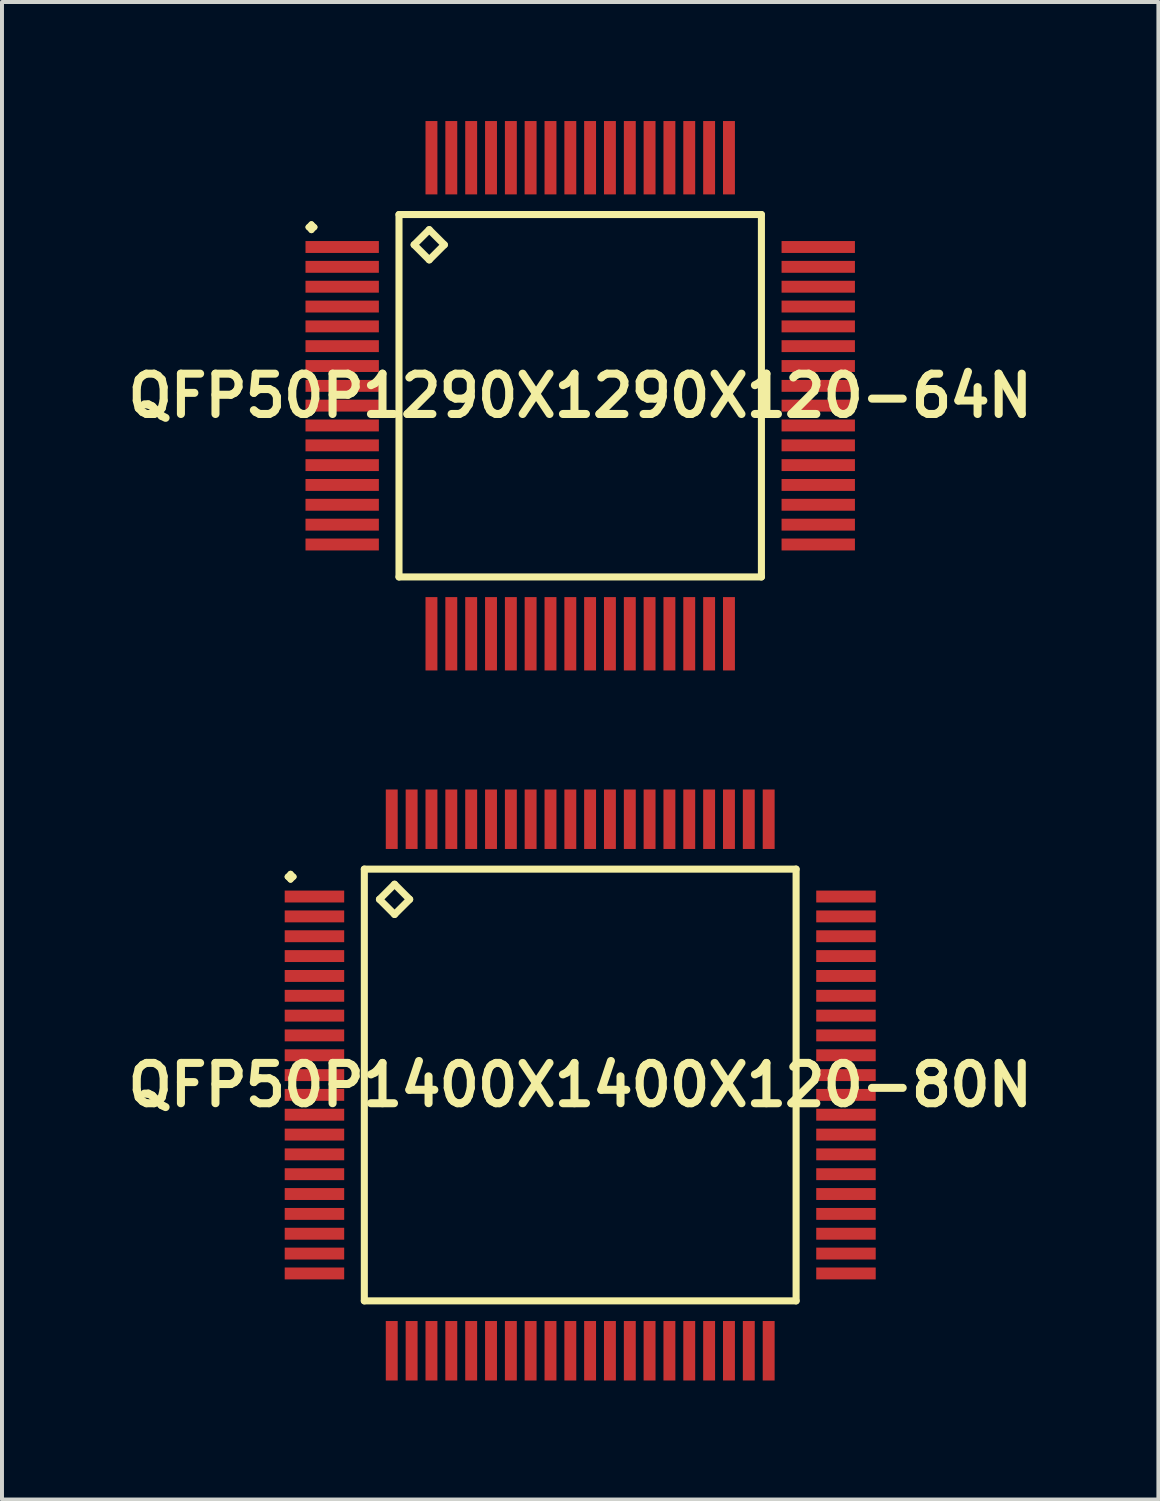
<source format=kicad_pcb>
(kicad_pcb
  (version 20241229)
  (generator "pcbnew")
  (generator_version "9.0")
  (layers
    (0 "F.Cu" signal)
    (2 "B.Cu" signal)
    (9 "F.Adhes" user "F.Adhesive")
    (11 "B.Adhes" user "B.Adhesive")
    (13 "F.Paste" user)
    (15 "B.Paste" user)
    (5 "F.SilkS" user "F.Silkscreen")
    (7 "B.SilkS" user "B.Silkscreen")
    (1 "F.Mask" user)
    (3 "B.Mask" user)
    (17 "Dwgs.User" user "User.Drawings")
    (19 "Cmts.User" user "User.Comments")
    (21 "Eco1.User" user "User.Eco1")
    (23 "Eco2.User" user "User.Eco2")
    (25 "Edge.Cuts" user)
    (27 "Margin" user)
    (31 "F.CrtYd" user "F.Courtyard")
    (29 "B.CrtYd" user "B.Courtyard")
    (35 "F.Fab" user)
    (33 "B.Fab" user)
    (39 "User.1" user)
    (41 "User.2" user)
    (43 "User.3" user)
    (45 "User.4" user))
  (footprint "QFP50P1290X1290X120-64N"
    (layer "F.Cu")
    (at 11.573 6.924)
    (property "Reference" "QFP50P1290X1290X120-64N" (at 0 0 0) (layer "F.SilkS") (effects (font (size 1.016 1.016) (thickness 0.203))))
    (attr smd)
    (fp_line (start -6.848 -4.249) (end -6.774 -4.323) (stroke (width 0.15) (type solid)) (layer "F.SilkS"))
    (fp_line (start -6.774 -4.323) (end -6.698 -4.249) (stroke (width 0.15) (type solid)) (layer "F.SilkS"))
    (fp_line (start -6.774 -4.173) (end -6.848 -4.249) (stroke (width 0.15) (type solid)) (layer "F.SilkS"))
    (fp_line (start -6.698 -4.249) (end -6.774 -4.173) (stroke (width 0.15) (type solid)) (layer "F.SilkS"))
    (fp_line (start -4.567 -4.567) (end -4.567 4.567) (stroke (width 0.178) (type solid)) (layer "F.SilkS"))
    (fp_line (start -4.567 4.567) (end 4.567 4.567) (stroke (width 0.178) (type solid)) (layer "F.SilkS"))
    (fp_line (start -4.186 -3.805) (end -3.805 -4.186) (stroke (width 0.178) (type solid)) (layer "F.SilkS"))
    (fp_line (start -3.805 -4.186) (end -3.424 -3.805) (stroke (width 0.178) (type solid)) (layer "F.SilkS"))
    (fp_line (start -3.805 -3.424) (end -4.186 -3.805) (stroke (width 0.178) (type solid)) (layer "F.SilkS"))
    (fp_line (start -3.424 -3.805) (end -3.805 -3.424) (stroke (width 0.178) (type solid)) (layer "F.SilkS"))
    (fp_line (start 4.567 -4.567) (end -4.567 -4.567) (stroke (width 0.178) (type solid)) (layer "F.SilkS"))
    (fp_line (start 4.567 4.567) (end 4.567 -4.567) (stroke (width 0.178) (type solid)) (layer "F.SilkS"))
    (pad "1" smd rect (at -5.999 -3.749) (size 1.849 0.3) (layers "F.Cu" "F.Mask" "F.Paste"))
    (pad "2" smd rect (at -5.999 -3.249) (size 1.849 0.3) (layers "F.Cu" "F.Mask" "F.Paste"))
    (pad "3" smd rect (at -5.999 -2.748) (size 1.849 0.3) (layers "F.Cu" "F.Mask" "F.Paste"))
    (pad "4" smd rect (at -5.999 -2.248) (size 1.849 0.3) (layers "F.Cu" "F.Mask" "F.Paste"))
    (pad "5" smd rect (at -5.999 -1.748) (size 1.849 0.3) (layers "F.Cu" "F.Mask" "F.Paste"))
    (pad "6" smd rect (at -5.999 -1.25) (size 1.849 0.3) (layers "F.Cu" "F.Mask" "F.Paste"))
    (pad "7" smd rect (at -5.999 -0.749) (size 1.849 0.3) (layers "F.Cu" "F.Mask" "F.Paste"))
    (pad "8" smd rect (at -5.999 -0.249) (size 1.849 0.3) (layers "F.Cu" "F.Mask" "F.Paste"))
    (pad "9" smd rect (at -5.999 0.249) (size 1.849 0.3) (layers "F.Cu" "F.Mask" "F.Paste"))
    (pad "10" smd rect (at -5.999 0.749) (size 1.849 0.3) (layers "F.Cu" "F.Mask" "F.Paste"))
    (pad "11" smd rect (at -5.999 1.25) (size 1.849 0.3) (layers "F.Cu" "F.Mask" "F.Paste"))
    (pad "12" smd rect (at -5.999 1.748) (size 1.849 0.3) (layers "F.Cu" "F.Mask" "F.Paste"))
    (pad "13" smd rect (at -5.999 2.248) (size 1.849 0.3) (layers "F.Cu" "F.Mask" "F.Paste"))
    (pad "14" smd rect (at -5.999 2.748) (size 1.849 0.3) (layers "F.Cu" "F.Mask" "F.Paste"))
    (pad "15" smd rect (at -5.999 3.249) (size 1.849 0.3) (layers "F.Cu" "F.Mask" "F.Paste"))
    (pad "16" smd rect (at -5.999 3.749) (size 1.849 0.3) (layers "F.Cu" "F.Mask" "F.Paste"))
    (pad "17" smd rect (at -3.749 5.999) (size 0.3 1.849) (layers "F.Cu" "F.Mask" "F.Paste"))
    (pad "18" smd rect (at -3.249 5.999) (size 0.3 1.849) (layers "F.Cu" "F.Mask" "F.Paste"))
    (pad "19" smd rect (at -2.748 5.999) (size 0.3 1.849) (layers "F.Cu" "F.Mask" "F.Paste"))
    (pad "20" smd rect (at -2.248 5.999) (size 0.3 1.849) (layers "F.Cu" "F.Mask" "F.Paste"))
    (pad "21" smd rect (at -1.748 5.999) (size 0.3 1.849) (layers "F.Cu" "F.Mask" "F.Paste"))
    (pad "22" smd rect (at -1.25 5.999) (size 0.3 1.849) (layers "F.Cu" "F.Mask" "F.Paste"))
    (pad "23" smd rect (at -0.749 5.999) (size 0.3 1.849) (layers "F.Cu" "F.Mask" "F.Paste"))
    (pad "24" smd rect (at -0.249 5.999) (size 0.3 1.849) (layers "F.Cu" "F.Mask" "F.Paste"))
    (pad "25" smd rect (at 0.249 5.999) (size 0.3 1.849) (layers "F.Cu" "F.Mask" "F.Paste"))
    (pad "26" smd rect (at 0.749 5.999) (size 0.3 1.849) (layers "F.Cu" "F.Mask" "F.Paste"))
    (pad "27" smd rect (at 1.25 5.999) (size 0.3 1.849) (layers "F.Cu" "F.Mask" "F.Paste"))
    (pad "28" smd rect (at 1.748 5.999) (size 0.3 1.849) (layers "F.Cu" "F.Mask" "F.Paste"))
    (pad "29" smd rect (at 2.248 5.999) (size 0.3 1.849) (layers "F.Cu" "F.Mask" "F.Paste"))
    (pad "30" smd rect (at 2.748 5.999) (size 0.3 1.849) (layers "F.Cu" "F.Mask" "F.Paste"))
    (pad "31" smd rect (at 3.249 5.999) (size 0.3 1.849) (layers "F.Cu" "F.Mask" "F.Paste"))
    (pad "32" smd rect (at 3.749 5.999) (size 0.3 1.849) (layers "F.Cu" "F.Mask" "F.Paste"))
    (pad "33" smd rect (at 5.999 3.749) (size 1.849 0.3) (layers "F.Cu" "F.Mask" "F.Paste"))
    (pad "34" smd rect (at 5.999 3.249) (size 1.849 0.3) (layers "F.Cu" "F.Mask" "F.Paste"))
    (pad "35" smd rect (at 5.999 2.748) (size 1.849 0.3) (layers "F.Cu" "F.Mask" "F.Paste"))
    (pad "36" smd rect (at 5.999 2.248) (size 1.849 0.3) (layers "F.Cu" "F.Mask" "F.Paste"))
    (pad "37" smd rect (at 5.999 1.748) (size 1.849 0.3) (layers "F.Cu" "F.Mask" "F.Paste"))
    (pad "38" smd rect (at 5.999 1.25) (size 1.849 0.3) (layers "F.Cu" "F.Mask" "F.Paste"))
    (pad "39" smd rect (at 5.999 0.749) (size 1.849 0.3) (layers "F.Cu" "F.Mask" "F.Paste"))
    (pad "40" smd rect (at 5.999 0.249) (size 1.849 0.3) (layers "F.Cu" "F.Mask" "F.Paste"))
    (pad "41" smd rect (at 5.999 -0.249) (size 1.849 0.3) (layers "F.Cu" "F.Mask" "F.Paste"))
    (pad "42" smd rect (at 5.999 -0.749) (size 1.849 0.3) (layers "F.Cu" "F.Mask" "F.Paste"))
    (pad "43" smd rect (at 5.999 -1.25) (size 1.849 0.3) (layers "F.Cu" "F.Mask" "F.Paste"))
    (pad "44" smd rect (at 5.999 -1.748) (size 1.849 0.3) (layers "F.Cu" "F.Mask" "F.Paste"))
    (pad "45" smd rect (at 5.999 -2.248) (size 1.849 0.3) (layers "F.Cu" "F.Mask" "F.Paste"))
    (pad "46" smd rect (at 5.999 -2.748) (size 1.849 0.3) (layers "F.Cu" "F.Mask" "F.Paste"))
    (pad "47" smd rect (at 5.999 -3.249) (size 1.849 0.3) (layers "F.Cu" "F.Mask" "F.Paste"))
    (pad "48" smd rect (at 5.999 -3.749) (size 1.849 0.3) (layers "F.Cu" "F.Mask" "F.Paste"))
    (pad "49" smd rect (at 3.749 -5.999) (size 0.3 1.849) (layers "F.Cu" "F.Mask" "F.Paste"))
    (pad "50" smd rect (at 3.249 -5.999) (size 0.3 1.849) (layers "F.Cu" "F.Mask" "F.Paste"))
    (pad "51" smd rect (at 2.748 -5.999) (size 0.3 1.849) (layers "F.Cu" "F.Mask" "F.Paste"))
    (pad "52" smd rect (at 2.248 -5.999) (size 0.3 1.849) (layers "F.Cu" "F.Mask" "F.Paste"))
    (pad "53" smd rect (at 1.748 -5.999) (size 0.3 1.849) (layers "F.Cu" "F.Mask" "F.Paste"))
    (pad "54" smd rect (at 1.25 -5.999) (size 0.3 1.849) (layers "F.Cu" "F.Mask" "F.Paste"))
    (pad "55" smd rect (at 0.749 -5.999) (size 0.3 1.849) (layers "F.Cu" "F.Mask" "F.Paste"))
    (pad "56" smd rect (at 0.249 -5.999) (size 0.3 1.849) (layers "F.Cu" "F.Mask" "F.Paste"))
    (pad "57" smd rect (at -0.249 -5.999) (size 0.3 1.849) (layers "F.Cu" "F.Mask" "F.Paste"))
    (pad "58" smd rect (at -0.749 -5.999) (size 0.3 1.849) (layers "F.Cu" "F.Mask" "F.Paste"))
    (pad "59" smd rect (at -1.25 -5.999) (size 0.3 1.849) (layers "F.Cu" "F.Mask" "F.Paste"))
    (pad "60" smd rect (at -1.748 -5.999) (size 0.3 1.849) (layers "F.Cu" "F.Mask" "F.Paste"))
    (pad "61" smd rect (at -2.248 -5.999) (size 0.3 1.849) (layers "F.Cu" "F.Mask" "F.Paste"))
    (pad "62" smd rect (at -2.748 -5.999) (size 0.3 1.849) (layers "F.Cu" "F.Mask" "F.Paste"))
    (pad "63" smd rect (at -3.249 -5.999) (size 0.3 1.849) (layers "F.Cu" "F.Mask" "F.Paste"))
    (pad "64" smd rect (at -3.749 -5.999) (size 0.3 1.849) (layers "F.Cu" "F.Mask" "F.Paste")))
  (footprint "QFP50P1400X1400X120-80N"
    (layer "F.Cu")
    (at 11.573 24.295)
    (property "Reference" "QFP50P1400X1400X120-80N" (at 0 0 0) (layer "F.SilkS") (effects (font (size 1.016 1.016) (thickness 0.203))))
    (attr smd)
    (fp_line (start -7.374 -5.248) (end -7.3 -5.324) (stroke (width 0.15) (type solid)) (layer "F.SilkS"))
    (fp_line (start -7.3 -5.324) (end -7.224 -5.248) (stroke (width 0.15) (type solid)) (layer "F.SilkS"))
    (fp_line (start -7.3 -5.174) (end -7.374 -5.248) (stroke (width 0.15) (type solid)) (layer "F.SilkS"))
    (fp_line (start -7.224 -5.248) (end -7.3 -5.174) (stroke (width 0.15) (type solid)) (layer "F.SilkS"))
    (fp_line (start -5.441 -5.441) (end -5.441 5.441) (stroke (width 0.178) (type solid)) (layer "F.SilkS"))
    (fp_line (start -5.441 5.441) (end 5.441 5.441) (stroke (width 0.178) (type solid)) (layer "F.SilkS"))
    (fp_line (start -5.06 -4.679) (end -4.679 -5.06) (stroke (width 0.178) (type solid)) (layer "F.SilkS"))
    (fp_line (start -4.679 -5.06) (end -4.298 -4.679) (stroke (width 0.178) (type solid)) (layer "F.SilkS"))
    (fp_line (start -4.679 -4.298) (end -5.06 -4.679) (stroke (width 0.178) (type solid)) (layer "F.SilkS"))
    (fp_line (start -4.298 -4.679) (end -4.679 -4.298) (stroke (width 0.178) (type solid)) (layer "F.SilkS"))
    (fp_line (start 5.441 -5.441) (end -5.441 -5.441) (stroke (width 0.178) (type solid)) (layer "F.SilkS"))
    (fp_line (start 5.441 5.441) (end 5.441 -5.441) (stroke (width 0.178) (type solid)) (layer "F.SilkS"))
    (pad "1" smd rect (at -6.698 -4.75) (size 1.499 0.3) (layers "F.Cu" "F.Mask" "F.Paste"))
    (pad "2" smd rect (at -6.698 -4.249) (size 1.499 0.3) (layers "F.Cu" "F.Mask" "F.Paste"))
    (pad "3" smd rect (at -6.698 -3.749) (size 1.499 0.3) (layers "F.Cu" "F.Mask" "F.Paste"))
    (pad "4" smd rect (at -6.698 -3.249) (size 1.499 0.3) (layers "F.Cu" "F.Mask" "F.Paste"))
    (pad "5" smd rect (at -6.698 -2.748) (size 1.499 0.3) (layers "F.Cu" "F.Mask" "F.Paste"))
    (pad "6" smd rect (at -6.698 -2.248) (size 1.499 0.3) (layers "F.Cu" "F.Mask" "F.Paste"))
    (pad "7" smd rect (at -6.698 -1.748) (size 1.499 0.3) (layers "F.Cu" "F.Mask" "F.Paste"))
    (pad "8" smd rect (at -6.698 -1.25) (size 1.499 0.3) (layers "F.Cu" "F.Mask" "F.Paste"))
    (pad "9" smd rect (at -6.698 -0.749) (size 1.499 0.3) (layers "F.Cu" "F.Mask" "F.Paste"))
    (pad "10" smd rect (at -6.698 -0.249) (size 1.499 0.3) (layers "F.Cu" "F.Mask" "F.Paste"))
    (pad "11" smd rect (at -6.698 0.249) (size 1.499 0.3) (layers "F.Cu" "F.Mask" "F.Paste"))
    (pad "12" smd rect (at -6.698 0.749) (size 1.499 0.3) (layers "F.Cu" "F.Mask" "F.Paste"))
    (pad "13" smd rect (at -6.698 1.25) (size 1.499 0.3) (layers "F.Cu" "F.Mask" "F.Paste"))
    (pad "14" smd rect (at -6.698 1.748) (size 1.499 0.3) (layers "F.Cu" "F.Mask" "F.Paste"))
    (pad "15" smd rect (at -6.698 2.248) (size 1.499 0.3) (layers "F.Cu" "F.Mask" "F.Paste"))
    (pad "16" smd rect (at -6.698 2.748) (size 1.499 0.3) (layers "F.Cu" "F.Mask" "F.Paste"))
    (pad "17" smd rect (at -6.698 3.249) (size 1.499 0.3) (layers "F.Cu" "F.Mask" "F.Paste"))
    (pad "18" smd rect (at -6.698 3.749) (size 1.499 0.3) (layers "F.Cu" "F.Mask" "F.Paste"))
    (pad "19" smd rect (at -6.698 4.249) (size 1.499 0.3) (layers "F.Cu" "F.Mask" "F.Paste"))
    (pad "20" smd rect (at -6.698 4.75) (size 1.499 0.3) (layers "F.Cu" "F.Mask" "F.Paste"))
    (pad "21" smd rect (at -4.75 6.698) (size 0.3 1.499) (layers "F.Cu" "F.Mask" "F.Paste"))
    (pad "22" smd rect (at -4.249 6.698) (size 0.3 1.499) (layers "F.Cu" "F.Mask" "F.Paste"))
    (pad "23" smd rect (at -3.749 6.698) (size 0.3 1.499) (layers "F.Cu" "F.Mask" "F.Paste"))
    (pad "24" smd rect (at -3.249 6.698) (size 0.3 1.499) (layers "F.Cu" "F.Mask" "F.Paste"))
    (pad "25" smd rect (at -2.748 6.698) (size 0.3 1.499) (layers "F.Cu" "F.Mask" "F.Paste"))
    (pad "26" smd rect (at -2.248 6.698) (size 0.3 1.499) (layers "F.Cu" "F.Mask" "F.Paste"))
    (pad "27" smd rect (at -1.748 6.698) (size 0.3 1.499) (layers "F.Cu" "F.Mask" "F.Paste"))
    (pad "28" smd rect (at -1.25 6.698) (size 0.3 1.499) (layers "F.Cu" "F.Mask" "F.Paste"))
    (pad "29" smd rect (at -0.749 6.698) (size 0.3 1.499) (layers "F.Cu" "F.Mask" "F.Paste"))
    (pad "30" smd rect (at -0.249 6.698) (size 0.3 1.499) (layers "F.Cu" "F.Mask" "F.Paste"))
    (pad "31" smd rect (at 0.249 6.698) (size 0.3 1.499) (layers "F.Cu" "F.Mask" "F.Paste"))
    (pad "32" smd rect (at 0.749 6.698) (size 0.3 1.499) (layers "F.Cu" "F.Mask" "F.Paste"))
    (pad "33" smd rect (at 1.25 6.698) (size 0.3 1.499) (layers "F.Cu" "F.Mask" "F.Paste"))
    (pad "34" smd rect (at 1.748 6.698) (size 0.3 1.499) (layers "F.Cu" "F.Mask" "F.Paste"))
    (pad "35" smd rect (at 2.248 6.698) (size 0.3 1.499) (layers "F.Cu" "F.Mask" "F.Paste"))
    (pad "36" smd rect (at 2.748 6.698) (size 0.3 1.499) (layers "F.Cu" "F.Mask" "F.Paste"))
    (pad "37" smd rect (at 3.249 6.698) (size 0.3 1.499) (layers "F.Cu" "F.Mask" "F.Paste"))
    (pad "38" smd rect (at 3.749 6.698) (size 0.3 1.499) (layers "F.Cu" "F.Mask" "F.Paste"))
    (pad "39" smd rect (at 4.249 6.698) (size 0.3 1.499) (layers "F.Cu" "F.Mask" "F.Paste"))
    (pad "40" smd rect (at 4.75 6.698) (size 0.3 1.499) (layers "F.Cu" "F.Mask" "F.Paste"))
    (pad "41" smd rect (at 6.698 4.75) (size 1.499 0.3) (layers "F.Cu" "F.Mask" "F.Paste"))
    (pad "42" smd rect (at 6.698 4.249) (size 1.499 0.3) (layers "F.Cu" "F.Mask" "F.Paste"))
    (pad "43" smd rect (at 6.698 3.749) (size 1.499 0.3) (layers "F.Cu" "F.Mask" "F.Paste"))
    (pad "44" smd rect (at 6.698 3.249) (size 1.499 0.3) (layers "F.Cu" "F.Mask" "F.Paste"))
    (pad "45" smd rect (at 6.698 2.748) (size 1.499 0.3) (layers "F.Cu" "F.Mask" "F.Paste"))
    (pad "46" smd rect (at 6.698 2.248) (size 1.499 0.3) (layers "F.Cu" "F.Mask" "F.Paste"))
    (pad "47" smd rect (at 6.698 1.748) (size 1.499 0.3) (layers "F.Cu" "F.Mask" "F.Paste"))
    (pad "48" smd rect (at 6.698 1.25) (size 1.499 0.3) (layers "F.Cu" "F.Mask" "F.Paste"))
    (pad "49" smd rect (at 6.698 0.749) (size 1.499 0.3) (layers "F.Cu" "F.Mask" "F.Paste"))
    (pad "50" smd rect (at 6.698 0.249) (size 1.499 0.3) (layers "F.Cu" "F.Mask" "F.Paste"))
    (pad "51" smd rect (at 6.698 -0.249) (size 1.499 0.3) (layers "F.Cu" "F.Mask" "F.Paste"))
    (pad "52" smd rect (at 6.698 -0.749) (size 1.499 0.3) (layers "F.Cu" "F.Mask" "F.Paste"))
    (pad "53" smd rect (at 6.698 -1.25) (size 1.499 0.3) (layers "F.Cu" "F.Mask" "F.Paste"))
    (pad "54" smd rect (at 6.698 -1.748) (size 1.499 0.3) (layers "F.Cu" "F.Mask" "F.Paste"))
    (pad "55" smd rect (at 6.698 -2.248) (size 1.499 0.3) (layers "F.Cu" "F.Mask" "F.Paste"))
    (pad "56" smd rect (at 6.698 -2.748) (size 1.499 0.3) (layers "F.Cu" "F.Mask" "F.Paste"))
    (pad "57" smd rect (at 6.698 -3.249) (size 1.499 0.3) (layers "F.Cu" "F.Mask" "F.Paste"))
    (pad "58" smd rect (at 6.698 -3.749) (size 1.499 0.3) (layers "F.Cu" "F.Mask" "F.Paste"))
    (pad "59" smd rect (at 6.698 -4.249) (size 1.499 0.3) (layers "F.Cu" "F.Mask" "F.Paste"))
    (pad "60" smd rect (at 6.698 -4.75) (size 1.499 0.3) (layers "F.Cu" "F.Mask" "F.Paste"))
    (pad "61" smd rect (at 4.75 -6.698) (size 0.3 1.499) (layers "F.Cu" "F.Mask" "F.Paste"))
    (pad "62" smd rect (at 4.249 -6.698) (size 0.3 1.499) (layers "F.Cu" "F.Mask" "F.Paste"))
    (pad "63" smd rect (at 3.749 -6.698) (size 0.3 1.499) (layers "F.Cu" "F.Mask" "F.Paste"))
    (pad "64" smd rect (at 3.249 -6.698) (size 0.3 1.499) (layers "F.Cu" "F.Mask" "F.Paste"))
    (pad "65" smd rect (at 2.748 -6.698) (size 0.3 1.499) (layers "F.Cu" "F.Mask" "F.Paste"))
    (pad "66" smd rect (at 2.248 -6.698) (size 0.3 1.499) (layers "F.Cu" "F.Mask" "F.Paste"))
    (pad "67" smd rect (at 1.748 -6.698) (size 0.3 1.499) (layers "F.Cu" "F.Mask" "F.Paste"))
    (pad "68" smd rect (at 1.25 -6.698) (size 0.3 1.499) (layers "F.Cu" "F.Mask" "F.Paste"))
    (pad "69" smd rect (at 0.749 -6.698) (size 0.3 1.499) (layers "F.Cu" "F.Mask" "F.Paste"))
    (pad "70" smd rect (at 0.249 -6.698) (size 0.3 1.499) (layers "F.Cu" "F.Mask" "F.Paste"))
    (pad "71" smd rect (at -0.249 -6.698) (size 0.3 1.499) (layers "F.Cu" "F.Mask" "F.Paste"))
    (pad "72" smd rect (at -0.749 -6.698) (size 0.3 1.499) (layers "F.Cu" "F.Mask" "F.Paste"))
    (pad "73" smd rect (at -1.25 -6.698) (size 0.3 1.499) (layers "F.Cu" "F.Mask" "F.Paste"))
    (pad "74" smd rect (at -1.748 -6.698) (size 0.3 1.499) (layers "F.Cu" "F.Mask" "F.Paste"))
    (pad "75" smd rect (at -2.248 -6.698) (size 0.3 1.499) (layers "F.Cu" "F.Mask" "F.Paste"))
    (pad "76" smd rect (at -2.748 -6.698) (size 0.3 1.499) (layers "F.Cu" "F.Mask" "F.Paste"))
    (pad "77" smd rect (at -3.249 -6.698) (size 0.3 1.499) (layers "F.Cu" "F.Mask" "F.Paste"))
    (pad "78" smd rect (at -3.749 -6.698) (size 0.3 1.499) (layers "F.Cu" "F.Mask" "F.Paste"))
    (pad "79" smd rect (at -4.249 -6.698) (size 0.3 1.499) (layers "F.Cu" "F.Mask" "F.Paste"))
    (pad "80" smd rect (at -4.75 -6.698) (size 0.3 1.499) (layers "F.Cu" "F.Mask" "F.Paste")))
  (gr_rect
    (start -3 -3)
    (end 26.145 34.743)
    (stroke (width 0.1) (type default))
    (fill no)
    (layer "Edge.Cuts")))
</source>
